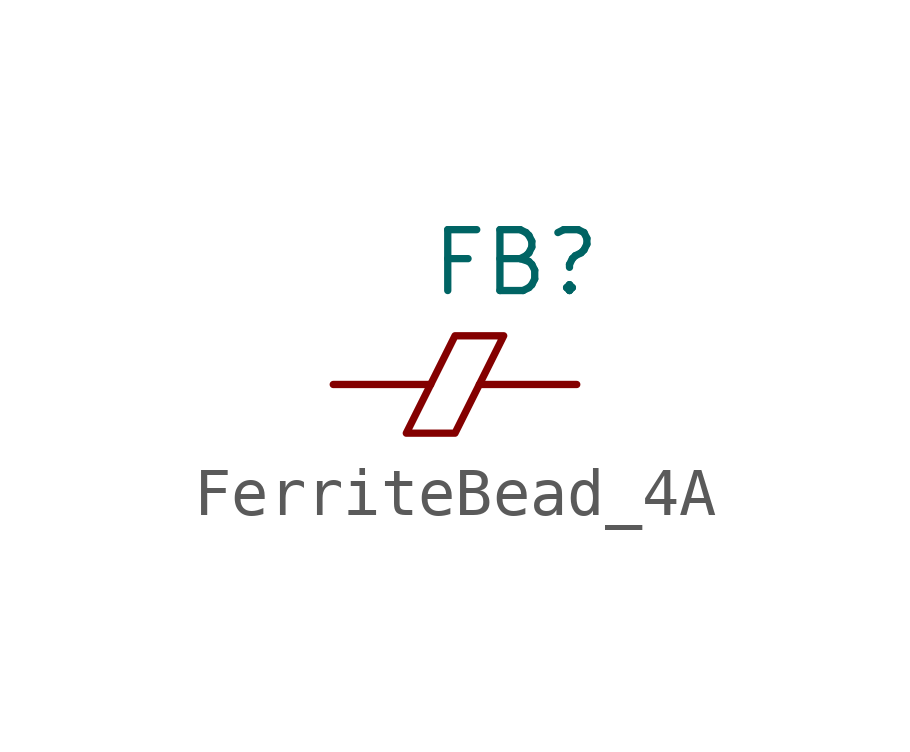
<source format=kicad_sym>
(kicad_symbol_lib
  (version 20211014)
  (generator kicad_symbol_editor)
  (symbol "FerriteBead_4A"
    (pin_numbers hide)
    (pin_names
      (offset 1.016) hide)
    (property "Reference" "FB"
      (at 1.27 2.54 0)
      (effects (font (size 1.27 1.27))))
    (symbol "FerriteBead_4A_0_1"
      (polyline (pts (xy -0.508 0) (xy 0 1.016) (xy 1.016 1.016) (xy 0.508 0) (xy 0 -1.016) (xy -1.016 -1.016) (xy -0.508 0)) (stroke (width 0) (type default) (color 0 0 0 0)) (fill (type none))))
    (symbol "FerriteBead_4A_1_1"
      (pin passive line (at -2.54 0 0) (length 2.032) (name "1" (effects (font (size 1.27 1.27)))) (number "1" (effects (font (size 1.27 1.27)))))
      (pin passive line (at 2.54 0 180) (length 2.032) (name "2" (effects (font (size 1.27 1.27)))) (number "2" (effects (font (size 1.27 1.27))))))))
</source>
